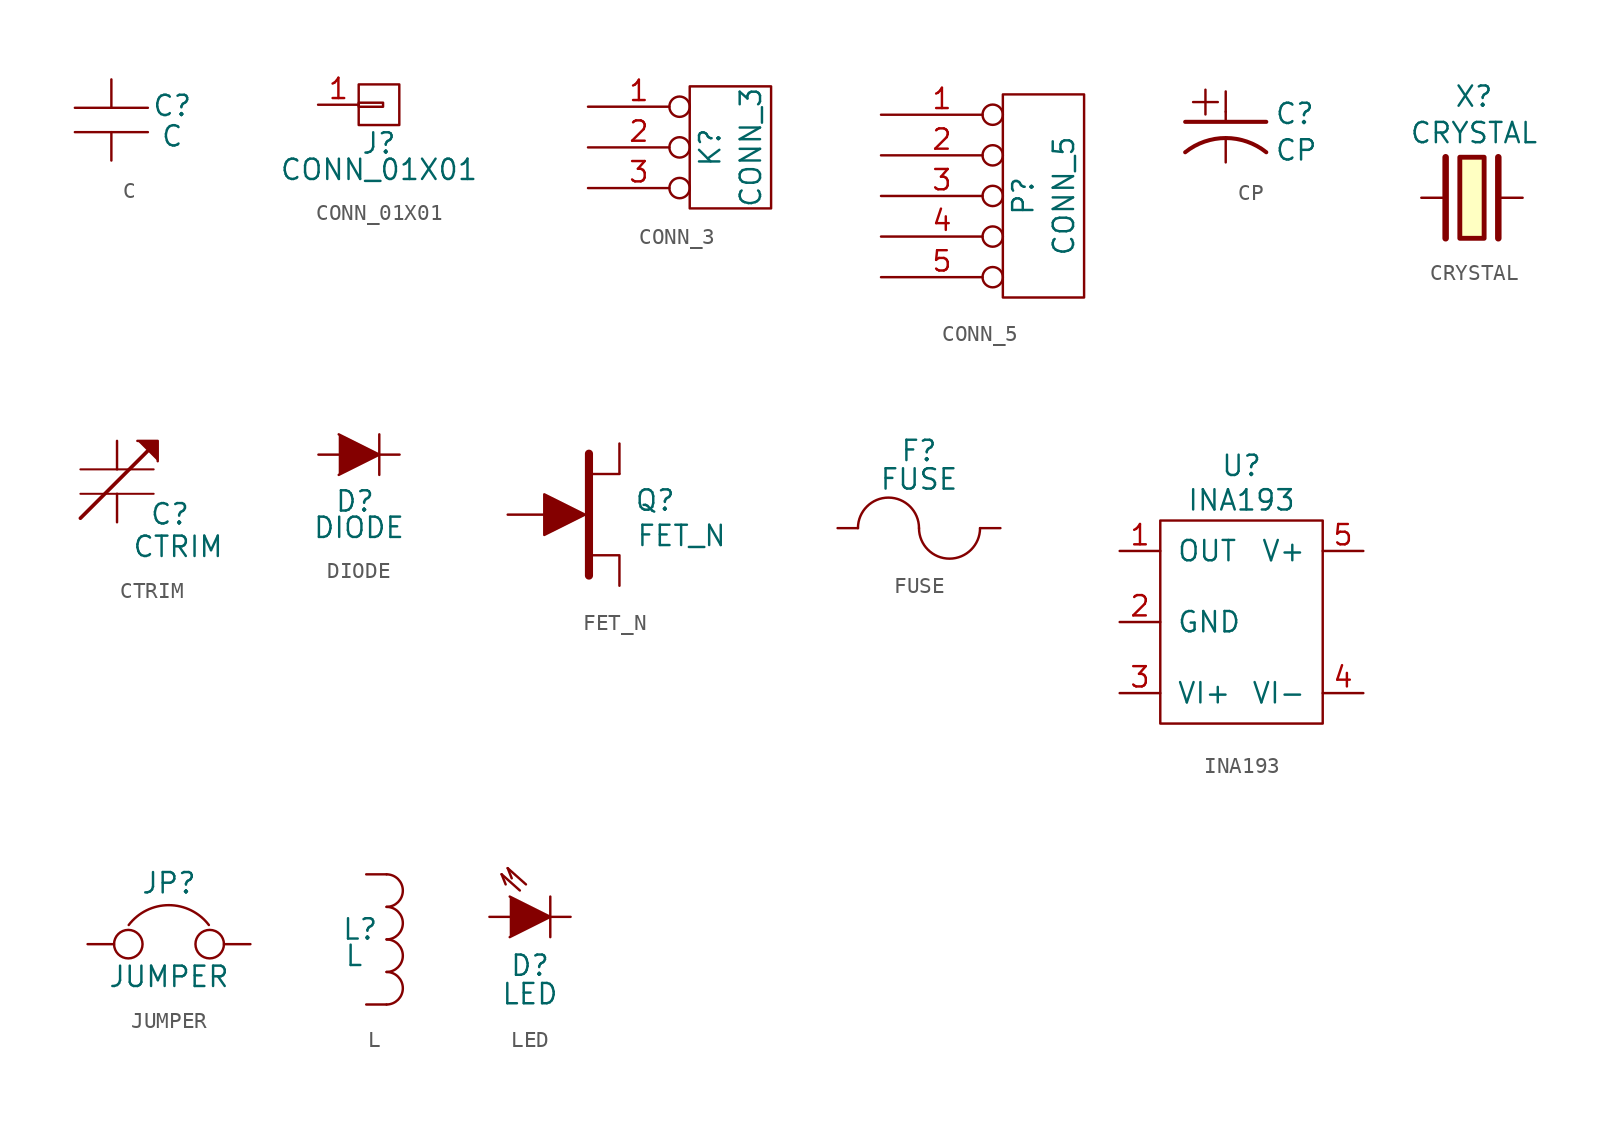
<source format=kicad_sym>
(kicad_symbol_lib
  (version 20220914)
  (generator kicad_symbol_editor)
  (symbol "C"
    (pin_numbers hide)
    (pin_names
      (offset 0))
    (property "Reference" "C"
      (at 3.81 0.889 0)
      (effects (font (size 1.27 1.27))))
    (property "Value" "C"
      (at 3.81 -1.016 0)
      (effects (font (size 1.27 1.27))))
    (property "Footprint" ""
      (at 0 0 0)
      (effects (font (size 1.524 1.524))))
    (property "Datasheet" ""
      (at 0 0 0)
      (effects (font (size 1.524 1.524))))
    (symbol "C_0_1"
      (polyline (pts (xy -2.286 0.762) (xy 2.286 0.762)) (stroke (width 0) (type solid)) (fill (type none)))
      (polyline (pts (xy 2.286 -0.762) (xy -2.286 -0.762)) (stroke (width 0) (type solid)) (fill (type none))))
    (symbol "C_1_1"
      (pin passive line (at 0 2.54 270) (length 1.778) (name "~" (effects (font (size 1.524 1.524)))) (number "1" (effects (font (size 1.524 1.524)))))
      (pin passive line (at 0 -2.54 90) (length 1.778) (name "~" (effects (font (size 1.524 1.524)))) (number "2" (effects (font (size 1.524 1.524)))))))
  (symbol "CONN_01X01"
    (pin_names
      (offset 1.016) hide)
    (property "Reference" "J"
      (at 0 -2.413 0)
      (effects (font (size 1.27 1.27))))
    (property "Value" "CONN_01X01"
      (at 0 -4.064 0)
      (effects (font (size 1.27 1.27))))
    (property "Footprint" ""
      (at 0 0 0)
      (effects (font (size 1.524 1.524))))
    (property "Datasheet" ""
      (at 0 0 0)
      (effects (font (size 1.524 1.524))))
    (symbol "CONN_01X01_0_1"
      (rectangle (start -1.27 0.127) (end 0.254 -0.127) (stroke (width 0) (type solid)) (fill (type none)))
      (rectangle (start -1.27 1.27) (end 1.27 -1.27) (stroke (width 0) (type solid)) (fill (type none))))
    (symbol "CONN_01X01_1_1"
      (pin passive line (at -3.81 0 0) (length 2.54) (name "P1" (effects (font (size 1.27 1.27)))) (number "1" (effects (font (size 1.27 1.27)))))))
  (symbol "CONN_3"
    (pin_names
      (offset 1.016) hide)
    (property "Reference" "K"
      (at -1.27 0 90)
      (effects (font (size 1.27 1.27))))
    (property "Value" "CONN_3"
      (at 1.27 0 90)
      (effects (font (size 1.27 1.27))))
    (property "Footprint" ""
      (at 0 0 0)
      (effects (font (size 1.524 1.524))))
    (property "Datasheet" ""
      (at 0 0 0)
      (effects (font (size 1.524 1.524))))
    (symbol "CONN_3_0_1"
      (rectangle (start -2.54 3.81) (end 2.54 -3.81) (stroke (width 0) (type solid)) (fill (type none))))
    (symbol "CONN_3_1_1"
      (pin passive inverted (at -8.89 2.54 0) (length 6.35) (name "P1" (effects (font (size 1.27 1.27)))) (number "1" (effects (font (size 1.27 1.27)))))
      (pin passive inverted (at -8.89 0 0) (length 6.35) (name "PM" (effects (font (size 1.27 1.27)))) (number "2" (effects (font (size 1.27 1.27)))))
      (pin passive inverted (at -8.89 -2.54 0) (length 6.35) (name "P3" (effects (font (size 1.27 1.27)))) (number "3" (effects (font (size 1.27 1.27)))))))
  (symbol "CONN_5"
    (pin_names
      (offset 1.016))
    (property "Reference" "P"
      (at -1.27 0 90)
      (effects (font (size 1.27 1.27))))
    (property "Value" "CONN_5"
      (at 1.27 0 90)
      (effects (font (size 1.27 1.27))))
    (property "Footprint" ""
      (at 0 0 0)
      (effects (font (size 1.524 1.524))))
    (property "Datasheet" ""
      (at 0 0 0)
      (effects (font (size 1.524 1.524))))
    (symbol "CONN_5_0_1"
      (rectangle (start -2.54 6.35) (end 2.54 -6.35) (stroke (width 0) (type solid)) (fill (type none))))
    (symbol "CONN_5_1_1"
      (pin passive inverted (at -10.16 5.08 0) (length 7.62) (name "~" (effects (font (size 1.27 1.27)))) (number "1" (effects (font (size 1.27 1.27)))))
      (pin passive inverted (at -10.16 2.54 0) (length 7.62) (name "~" (effects (font (size 1.27 1.27)))) (number "2" (effects (font (size 1.27 1.27)))))
      (pin passive inverted (at -10.16 0 0) (length 7.62) (name "~" (effects (font (size 1.27 1.27)))) (number "3" (effects (font (size 1.27 1.27)))))
      (pin passive inverted (at -10.16 -2.54 0) (length 7.62) (name "~" (effects (font (size 1.27 1.27)))) (number "4" (effects (font (size 1.27 1.27)))))
      (pin passive inverted (at -10.16 -5.08 0) (length 7.62) (name "~" (effects (font (size 1.27 1.27)))) (number "5" (effects (font (size 1.27 1.27)))))))
  (symbol "CP"
    (pin_numbers hide)
    (pin_names
      (offset 0.254) hide)
    (property "Reference" "C"
      (at 3.048 1.143 0)
      (effects (font (size 1.27 1.27)) (justify left)))
    (property "Value" "CP"
      (at 3.048 -1.143 0)
      (effects (font (size 1.27 1.27)) (justify left)))
    (property "Footprint" ""
      (at 0 0 0)
      (effects (font (size 1.524 1.524))))
    (property "Datasheet" ""
      (at 0 0 0)
      (effects (font (size 1.524 1.524))))
    (symbol "CP_0_0"
      (text "+" (at -1.27 2.032 0) (effects (font (size 2.032 2.032)))))
    (symbol "CP_0_1"
      (polyline (pts (xy 0 1.27) (xy 0 0.762) (xy 0 0.762)) (stroke (width 0) (type solid)) (fill (type none)))
      (polyline (pts (xy 2.54 0.635) (xy -2.54 0.635) (xy -2.54 0.635)) (stroke (width 0.254) (type solid)) (fill (type none)))
      (arc (start 2.54 -1.27) (mid 0 -0.379) (end -2.54 -1.27) (stroke (width 0.254) (type solid)) (fill (type none))))
    (symbol "CP_1_1"
      (pin passive line (at 0 2.54 270) (length 1.27) (name "~" (effects (font (size 1.016 1.016)))) (number "1" (effects (font (size 1.016 1.016)))))
      (pin passive line (at 0 -1.905 90) (length 1.524) (name "~" (effects (font (size 1.016 1.016)))) (number "2" (effects (font (size 1.016 1.016)))))))
  (symbol "CRYSTAL"
    (pin_numbers hide)
    (pin_names
      (offset 1.016) hide)
    (property "Reference" "X"
      (at 0.127 6.35 0)
      (effects (font (size 1.27 1.27))))
    (property "Value" "CRYSTAL"
      (at 0.127 4.064 0)
      (effects (font (size 1.27 1.27))))
    (property "Footprint" ""
      (at 0 0 0)
      (effects (font (size 1.524 1.524))))
    (property "Datasheet" ""
      (at 0 0 0)
      (effects (font (size 1.524 1.524))))
    (symbol "CRYSTAL_0_1"
      (polyline (pts (xy -1.651 2.54) (xy -1.651 -2.54)) (stroke (width 0.406) (type solid)) (fill (type none)))
      (polyline (pts (xy 1.651 2.54) (xy 1.651 -2.54)) (stroke (width 0.406) (type solid)) (fill (type none)))
      (polyline (pts (xy -0.762 2.54) (xy 0.762 2.54) (xy 0.762 -2.54) (xy -0.762 -2.54) (xy -0.762 2.54)) (stroke (width 0.305) (type solid)) (fill (type background))))
    (symbol "CRYSTAL_1_1"
      (pin passive line (at -3.175 0 0) (length 1.397) (name "1" (effects (font (size 1.016 1.016)))) (number "1" (effects (font (size 1.016 1.016)))))
      (pin passive line (at 3.175 0 180) (length 1.397) (name "2" (effects (font (size 1.016 1.016)))) (number "2" (effects (font (size 1.016 1.016)))))))
  (symbol "CTRIM"
    (pin_numbers hide)
    (pin_names
      (offset 0.254))
    (property "Reference" "C"
      (at 3.302 -2.032 0)
      (effects (font (size 1.27 1.27))))
    (property "Value" "CTRIM"
      (at 3.81 -4.064 0)
      (effects (font (size 1.27 1.27))))
    (property "Footprint" ""
      (at 0 0 0)
      (effects (font (size 1.524 1.524))))
    (property "Datasheet" ""
      (at 0 0 0)
      (effects (font (size 1.524 1.524))))
    (symbol "CTRIM_0_1"
      (polyline (pts (xy -2.286 -2.286) (xy 1.905 1.905)) (stroke (width 0.229) (type solid)) (fill (type none)))
      (polyline (pts (xy -2.286 -0.762) (xy 2.286 -0.762)) (stroke (width 0.127) (type solid)) (fill (type none)))
      (polyline (pts (xy -2.286 0.762) (xy 2.286 0.762)) (stroke (width 0.127) (type solid)) (fill (type none)))
      (polyline (pts (xy 1.27 2.54) (xy 2.54 2.54) (xy 2.54 1.27)) (stroke (width 0) (type solid)) (fill (type outline))))
    (symbol "CTRIM_1_1"
      (pin passive line (at 0 2.54 270) (length 1.778) (name "~" (effects (font (size 1.016 1.016)))) (number "1" (effects (font (size 1.016 1.016)))))
      (pin passive line (at 0 -2.54 90) (length 1.778) (name "~" (effects (font (size 1.016 1.016)))) (number "2" (effects (font (size 1.016 1.016)))))))
  (symbol "DIODE"
    (pin_numbers hide)
    (pin_names
      (offset 1.016) hide)
    (property "Reference" "D"
      (at -0.254 -2.921 0)
      (effects (font (size 1.27 1.27))))
    (property "Value" "DIODE"
      (at 0 -4.572 0)
      (effects (font (size 1.27 1.27))))
    (property "Footprint" ""
      (at 0 0 0)
      (effects (font (size 1.524 1.524))))
    (property "Datasheet" ""
      (at 0 0 0)
      (effects (font (size 1.524 1.524))))
    (symbol "DIODE_0_1"
      (polyline (pts (xy 1.27 1.27) (xy 1.27 -1.27)) (stroke (width 0.152) (type solid)) (fill (type none)))
      (polyline (pts (xy -1.27 1.27) (xy 1.27 0) (xy -1.27 -1.27)) (stroke (width 0) (type solid)) (fill (type outline))))
    (symbol "DIODE_1_1"
      (pin passive line (at -2.54 0 0) (length 1.27) (name "A" (effects (font (size 1.016 1.016)))) (number "1" (effects (font (size 1.016 1.016)))))
      (pin passive line (at 2.54 0 180) (length 1.27) (name "K" (effects (font (size 1.016 1.016)))) (number "2" (effects (font (size 1.016 1.016)))))))
  (symbol "FET_N"
    (pin_numbers hide)
    (pin_names
      (offset 0.762) hide)
    (property "Reference" "Q"
      (at 4.14 0.889 0)
      (effects (font (size 1.27 1.27))))
    (property "Value" "FET_N"
      (at 5.791 -1.321 0)
      (effects (font (size 1.27 1.27))))
    (property "Footprint" ""
      (at 0 0 0)
      (effects (font (size 1.524 1.524))))
    (property "Datasheet" ""
      (at 0 0 0)
      (effects (font (size 1.524 1.524))))
    (symbol "FET_N_0_1"
      (polyline (pts (xy 0 -3.81) (xy 0 3.81)) (stroke (width 0.508) (type solid)) (fill (type none)))
      (polyline (pts (xy 0 -2.54) (xy 1.905 -2.54)) (stroke (width 0) (type solid)) (fill (type none)))
      (polyline (pts (xy 0 2.54) (xy 1.905 2.54)) (stroke (width 0) (type solid)) (fill (type none)))
      (polyline (pts (xy -0.254 0) (xy -2.794 -1.27) (xy -2.794 1.27) (xy -0.254 0) (xy -0.254 0)) (stroke (width 0) (type solid)) (fill (type outline))))
    (symbol "FET_N_1_1"
      (pin passive line (at 1.905 -4.445 90) (length 1.829) (name "S" (effects (font (size 1.016 1.016)))) (number "1" (effects (font (size 1.016 1.016)))))
      (pin input line (at -5.08 0 0) (length 2.235) (name "G" (effects (font (size 1.016 1.016)))) (number "2" (effects (font (size 1.016 1.016)))))
      (pin passive line (at 1.905 4.445 270) (length 1.88) (name "D" (effects (font (size 1.016 1.016)))) (number "3" (effects (font (size 1.016 1.016)))))))
  (symbol "FUSE"
    (pin_numbers hide)
    (pin_names
      (offset 0.254) hide)
    (property "Reference" "F"
      (at 0 4.826 0)
      (effects (font (size 1.27 1.27))))
    (property "Value" "FUSE"
      (at 0 3.048 0)
      (effects (font (size 1.27 1.27))))
    (property "Footprint" ""
      (at 0 0 0)
      (effects (font (size 1.524 1.524))))
    (property "Datasheet" ""
      (at 0 0 0)
      (effects (font (size 1.524 1.524))))
    (symbol "FUSE_0_1"
      (arc (start 0 0) (mid -1.905 1.8967) (end -3.81 0) (stroke (width 0) (type solid)) (fill (type none)))
      (arc (start 0 0) (mid 1.905 -1.8967) (end 3.81 0) (stroke (width 0) (type solid)) (fill (type none))))
    (symbol "FUSE_1_1"
      (pin input line (at -5.08 0 0) (length 1.27) (name "~" (effects (font (size 1.016 1.016)))) (number "1" (effects (font (size 1.016 1.016)))))
      (pin input line (at 5.08 0 180) (length 1.27) (name "~" (effects (font (size 1.016 1.016)))) (number "2" (effects (font (size 1.016 1.016)))))))
  (symbol "INA193"
    (pin_names
      (offset 1.016))
    (property "Reference" "U"
      (at 0 9.779 0)
      (effects (font (size 1.27 1.27))))
    (property "Value" "INA193"
      (at 0 7.62 0)
      (effects (font (size 1.27 1.27))))
    (property "Footprint" ""
      (at 0 0 0)
      (effects (font (size 1.524 1.524))))
    (property "Datasheet" ""
      (at 0 0 0)
      (effects (font (size 1.524 1.524))))
    (symbol "INA193_0_1"
      (rectangle (start -5.08 6.35) (end 5.08 -6.35) (stroke (width 0) (type solid)) (fill (type none))))
    (symbol "INA193_1_1"
      (pin passive line (at -7.62 4.445 0) (length 2.54) (name "OUT" (effects (font (size 1.27 1.27)))) (number "1" (effects (font (size 1.27 1.27)))))
      (pin passive line (at -7.62 0 0) (length 2.54) (name "GND" (effects (font (size 1.27 1.27)))) (number "2" (effects (font (size 1.27 1.27)))))
      (pin passive line (at -7.62 -4.445 0) (length 2.54) (name "VI+" (effects (font (size 1.27 1.27)))) (number "3" (effects (font (size 1.27 1.27)))))
      (pin passive line (at 7.62 -4.445 180) (length 2.54) (name "VI-" (effects (font (size 1.27 1.27)))) (number "4" (effects (font (size 1.27 1.27)))))
      (pin passive line (at 7.62 4.445 180) (length 2.54) (name "V+" (effects (font (size 1.27 1.27)))) (number "5" (effects (font (size 1.27 1.27)))))))
  (symbol "JUMPER"
    (pin_numbers hide)
    (pin_names
      (offset 0.762) hide)
    (property "Reference" "JP"
      (at 0 3.81 0)
      (effects (font (size 1.27 1.27))))
    (property "Value" "JUMPER"
      (at 0 -2.032 0)
      (effects (font (size 1.27 1.27))))
    (property "Footprint" ""
      (at 0 0 0)
      (effects (font (size 1.524 1.524))))
    (property "Datasheet" ""
      (at 0 0 0)
      (effects (font (size 1.524 1.524))))
    (symbol "JUMPER_0_1"
      (circle (center -2.54 0) (radius 0.889) (stroke (width 0) (type solid)) (fill (type none)))
      (arc (start 2.4892 1.1938) (mid -0.0176 2.4335) (end -2.5146 1.1938) (stroke (width 0) (type solid)) (fill (type none)))
      (circle (center 2.54 0) (radius 0.889) (stroke (width 0) (type solid)) (fill (type none)))
      (pin passive line (at -5.08 0 0) (length 1.651) (name "1" (effects (font (size 1.27 1.27)))) (number "1" (effects (font (size 1.27 1.27)))))
      (pin passive line (at 5.08 0 180) (length 1.651) (name "2" (effects (font (size 1.27 1.27)))) (number "2" (effects (font (size 1.27 1.27)))))))
  (symbol "L"
    (pin_numbers hide)
    (pin_names
      (offset 1.016) hide)
    (property "Reference" "L"
      (at -1.651 0.635 0)
      (effects (font (size 1.27 1.27))))
    (property "Value" "L"
      (at -2.032 -1.016 0)
      (effects (font (size 1.27 1.27))))
    (property "Footprint" ""
      (at 0 0 0)
      (effects (font (size 1.524 1.524))))
    (property "Datasheet" ""
      (at 0 0 0)
      (effects (font (size 1.524 1.524))))
    (symbol "L_0_1"
      (arc (start 0 -4.064) (mid 1.0116 -3.048) (end 0 -2.032) (stroke (width 0.1524) (type solid)) (fill (type none)))
      (arc (start 0 -2.032) (mid 1.0116 -1.016) (end 0 0) (stroke (width 0.1524) (type solid)) (fill (type none)))
      (arc (start 0 0) (mid 1.0116 1.016) (end 0 2.032) (stroke (width 0.1524) (type solid)) (fill (type none)))
      (arc (start 0 2.032) (mid 1.0116 3.048) (end 0 4.064) (stroke (width 0.1524) (type solid)) (fill (type none))))
    (symbol "L_1_1"
      (pin passive line (at -1.27 4.064 0) (length 1.27) (name "1" (effects (font (size 1.778 1.778)))) (number "1" (effects (font (size 1.778 1.778)))))
      (pin passive line (at -1.27 -4.064 0) (length 1.27) (name "2" (effects (font (size 1.778 1.778)))) (number "2" (effects (font (size 1.778 1.778)))))))
  (symbol "LED"
    (pin_numbers hide)
    (pin_names
      (offset 1.016) hide)
    (property "Reference" "D"
      (at 0 -3.048 0)
      (effects (font (size 1.27 1.27))))
    (property "Value" "LED"
      (at 0 -4.826 0)
      (effects (font (size 1.27 1.27))))
    (property "Footprint" ""
      (at 0 0 0)
      (effects (font (size 1.524 1.524))))
    (property "Datasheet" ""
      (at 0 0 0)
      (effects (font (size 1.524 1.524))))
    (symbol "LED_0_1"
      (polyline (pts (xy -1.778 2.667) (xy -1.524 2.032)) (stroke (width 0) (type solid)) (fill (type none)))
      (polyline (pts (xy -1.778 2.667) (xy -0.635 1.651)) (stroke (width 0) (type solid)) (fill (type none)))
      (polyline (pts (xy -1.397 3.048) (xy -1.143 2.413)) (stroke (width 0) (type solid)) (fill (type none)))
      (polyline (pts (xy -1.397 3.048) (xy -0.254 2.032)) (stroke (width 0) (type solid)) (fill (type none)))
      (polyline (pts (xy 1.27 1.27) (xy 1.27 -1.27)) (stroke (width 0) (type solid)) (fill (type none)))
      (polyline (pts (xy -1.27 1.27) (xy 1.27 0) (xy -1.27 -1.27)) (stroke (width 0) (type solid)) (fill (type outline))))
    (symbol "LED_1_1"
      (pin passive line (at -2.54 0 0) (length 1.27) (name "A" (effects (font (size 1.016 1.016)))) (number "1" (effects (font (size 1.016 1.016)))))
      (pin passive line (at 2.54 0 180) (length 1.27) (name "K" (effects (font (size 1.016 1.016)))) (number "2" (effects (font (size 1.016 1.016))))))))
</source>
